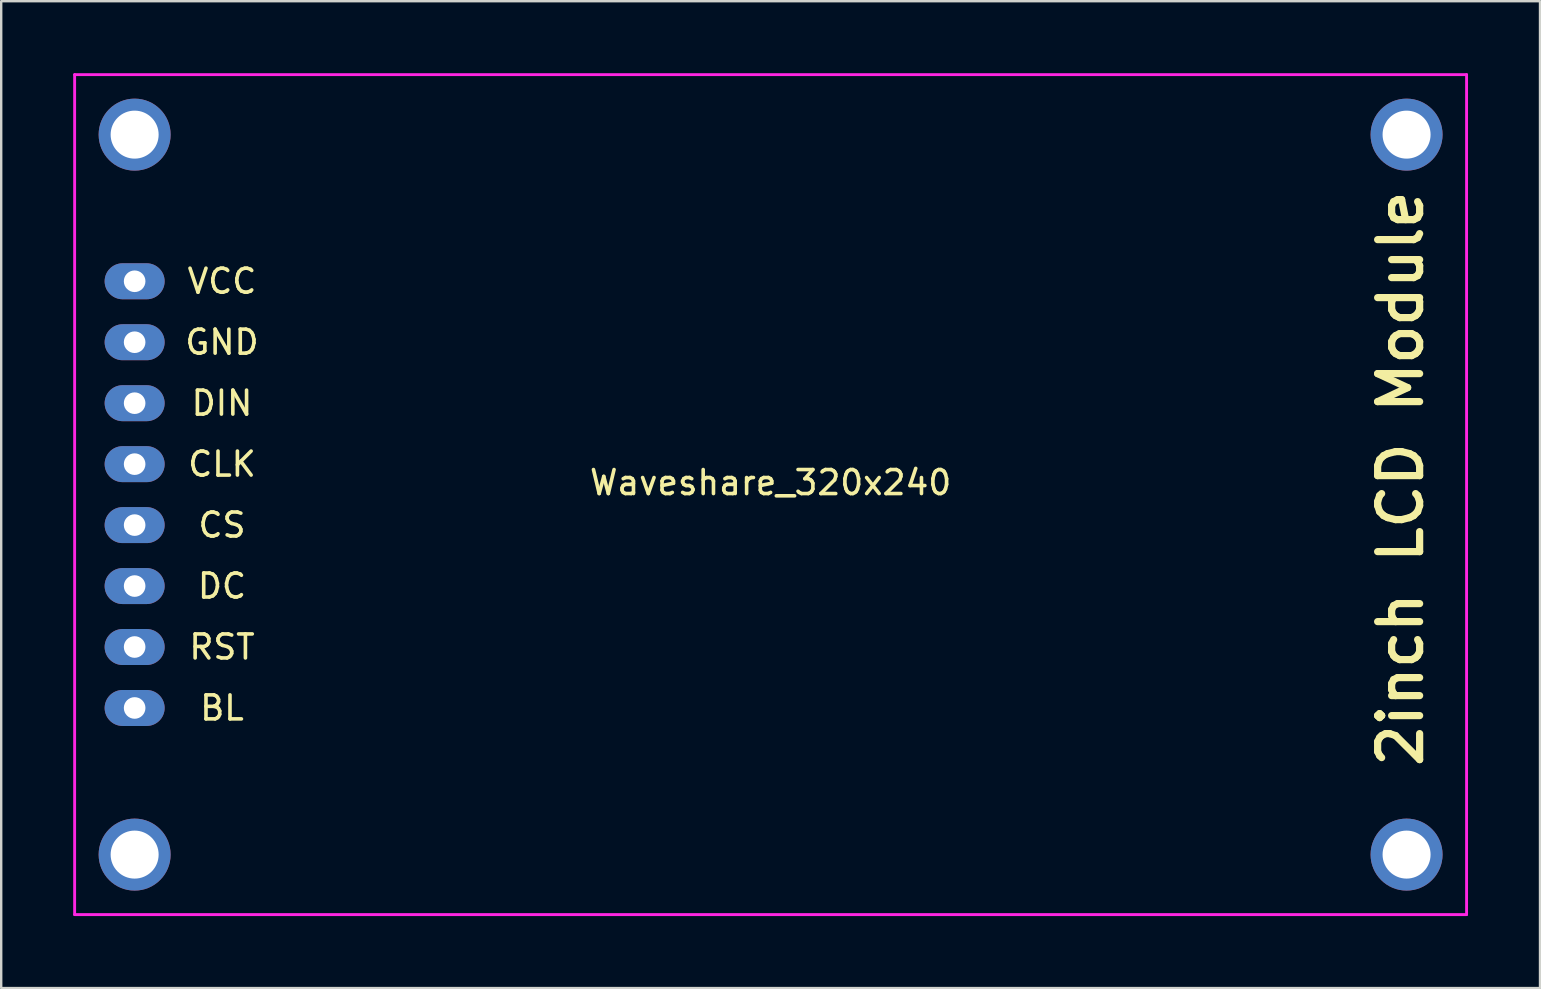
<source format=kicad_pcb>
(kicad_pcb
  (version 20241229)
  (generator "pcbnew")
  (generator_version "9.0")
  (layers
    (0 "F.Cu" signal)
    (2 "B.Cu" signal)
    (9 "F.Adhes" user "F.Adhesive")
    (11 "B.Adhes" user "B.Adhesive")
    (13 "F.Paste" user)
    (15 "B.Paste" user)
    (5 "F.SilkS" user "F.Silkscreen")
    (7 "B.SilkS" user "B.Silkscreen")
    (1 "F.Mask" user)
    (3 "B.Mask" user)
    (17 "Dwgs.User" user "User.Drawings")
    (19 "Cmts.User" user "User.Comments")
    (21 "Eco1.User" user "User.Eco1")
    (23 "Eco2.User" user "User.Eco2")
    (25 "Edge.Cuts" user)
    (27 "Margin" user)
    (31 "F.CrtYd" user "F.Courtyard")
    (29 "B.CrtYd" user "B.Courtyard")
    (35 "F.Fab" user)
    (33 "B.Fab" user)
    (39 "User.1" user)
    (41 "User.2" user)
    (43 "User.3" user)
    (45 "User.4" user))
  (footprint "Waveshare_320x240"
    (layer "F.Cu")
    (at 29.06 17.56)
    (property "Reference" "Waveshare_320x240" (at 0 -0.5 0) (unlocked yes) (layer "F.SilkS") (effects (font (size 1 1) (thickness 0.15))))
    (attr through_hole)
    (fp_line (start -29 -17.5) (end 29 -17.5) (stroke (width 0.12) (type solid)) (layer "F.CrtYd"))
    (fp_line (start -29 17.5) (end -29 -17.5) (stroke (width 0.12) (type solid)) (layer "F.CrtYd"))
    (fp_line (start 29 -17.5) (end 29 17.5) (stroke (width 0.12) (type solid)) (layer "F.CrtYd"))
    (fp_line (start 29 17.5) (end -29 17.5) (stroke (width 0.12) (type solid)) (layer "F.CrtYd"))
    (fp_text user "CS" (at -22.86 1.27 0) (unlocked yes) (layer "F.SilkS") (effects (font (size 1 1) (thickness 0.15))))
    (fp_text user "VCC" (at -22.86 -8.89 0) (unlocked yes) (layer "F.SilkS") (effects (font (size 1 1) (thickness 0.15))))
    (fp_text user "DC" (at -22.86 3.81 0) (unlocked yes) (layer "F.SilkS") (effects (font (size 1 1) (thickness 0.15))))
    (fp_text user "BL" (at -22.86 8.89 0) (unlocked yes) (layer "F.SilkS") (effects (font (size 1 1) (thickness 0.15))))
    (fp_text user "CLK" (at -22.86 -1.27 0) (unlocked yes) (layer "F.SilkS") (effects (font (size 1 1) (thickness 0.15))))
    (fp_text user "GND" (at -22.86 -6.35 0) (unlocked yes) (layer "F.SilkS") (effects (font (size 1 1) (thickness 0.15))))
    (fp_text user "RST" (at -22.86 6.35 0) (unlocked yes) (layer "F.SilkS") (effects (font (size 1 1) (thickness 0.15))))
    (fp_text user "DIN" (at -22.86 -3.81 0) (unlocked yes) (layer "F.SilkS") (effects (font (size 1 1) (thickness 0.15))))
    (fp_text user " 2inch LCD Module" (at 26.25 0 90) (unlocked yes) (layer "F.SilkS") (effects (font (size 1.75 1.75) (thickness 0.3))))
    (pad "" np_thru_hole circle (at -26.5 -15) (size 3 3) (drill 2) (layers "*.Cu" "*.Mask"))
    (pad "" np_thru_hole circle (at -26.5 15) (size 3 3) (drill 2) (layers "*.Cu" "*.Mask"))
    (pad "" np_thru_hole circle (at 26.5 -15) (size 3 3) (drill 2) (layers "*.Cu" "*.Mask"))
    (pad "" np_thru_hole circle (at 26.5 15) (size 3 3) (drill 2) (layers "*.Cu" "*.Mask"))
    (pad "1" thru_hole oval (at -26.5 -8.89) (size 2.5 1.5) (drill 0.9) (layers "*.Cu" "*.Mask"))
    (pad "2" thru_hole oval (at -26.5 -6.35) (size 2.5 1.5) (drill 0.9) (layers "*.Cu" "*.Mask"))
    (pad "3" thru_hole oval (at -26.5 -3.81) (size 2.5 1.5) (drill 0.9) (layers "*.Cu" "*.Mask"))
    (pad "4" thru_hole oval (at -26.5 -1.27) (size 2.5 1.5) (drill 0.9) (layers "*.Cu" "*.Mask"))
    (pad "5" thru_hole oval (at -26.5 1.27) (size 2.5 1.5) (drill 0.9) (layers "*.Cu" "*.Mask"))
    (pad "6" thru_hole oval (at -26.5 3.81) (size 2.5 1.5) (drill 0.9) (layers "*.Cu" "*.Mask"))
    (pad "7" thru_hole oval (at -26.5 6.35) (size 2.5 1.5) (drill 0.9) (layers "*.Cu" "*.Mask"))
    (pad "8" thru_hole oval (at -26.5 8.89) (size 2.5 1.5) (drill 0.9) (layers "*.Cu" "*.Mask")))
  (gr_rect
    (start -3 -3)
    (end 61.12 38.12)
    (stroke (width 0.1) (type default))
    (fill no)
    (layer "Edge.Cuts")))
</source>
